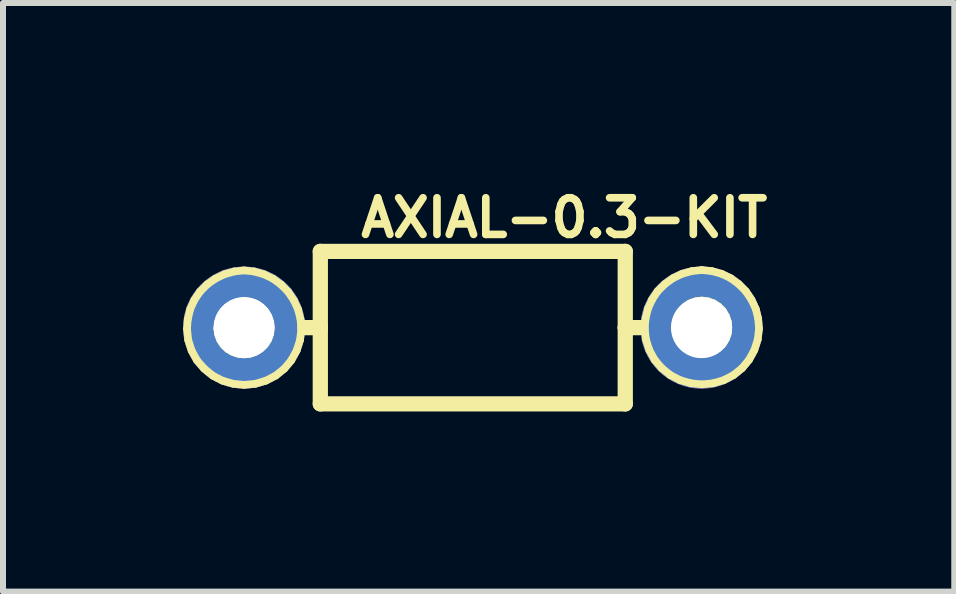
<source format=kicad_pcb>
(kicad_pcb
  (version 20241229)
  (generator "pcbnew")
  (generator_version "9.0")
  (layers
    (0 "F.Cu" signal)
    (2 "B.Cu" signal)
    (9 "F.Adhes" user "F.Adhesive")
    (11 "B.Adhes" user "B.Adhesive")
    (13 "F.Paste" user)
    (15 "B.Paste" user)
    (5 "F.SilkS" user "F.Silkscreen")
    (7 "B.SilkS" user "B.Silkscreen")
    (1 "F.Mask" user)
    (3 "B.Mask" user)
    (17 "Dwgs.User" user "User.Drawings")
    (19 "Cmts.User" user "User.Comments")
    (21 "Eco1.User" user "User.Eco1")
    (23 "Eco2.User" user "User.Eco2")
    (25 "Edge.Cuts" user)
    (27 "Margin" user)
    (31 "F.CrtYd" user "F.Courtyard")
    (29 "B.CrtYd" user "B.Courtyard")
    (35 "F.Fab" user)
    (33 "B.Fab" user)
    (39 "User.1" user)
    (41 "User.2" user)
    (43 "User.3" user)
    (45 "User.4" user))
  (footprint "AXIAL-0.3-KIT"
    (layer "F.Cu")
    (at 4.826 2.408)
    (property "Reference" "AXIAL-0.3-KIT" (at 1.524 -1.829 0) (layer "F.SilkS") (effects (font (size 0.61 0.61) (thickness 0.127))))
    (attr exclude_from_pos_files exclude_from_bom)
    (fp_line (start -4.76 0.02) (end -4.747 -0.142) (stroke (width 0.127) (type solid)) (layer "F.SilkS"))
    (fp_line (start -4.747 -0.142) (end -4.707 -0.307) (stroke (width 0.127) (type solid)) (layer "F.SilkS"))
    (fp_line (start -4.74 0.206) (end -4.76 0.02) (stroke (width 0.127) (type solid)) (layer "F.SilkS"))
    (fp_line (start -4.707 -0.307) (end -4.638 -0.46) (stroke (width 0.127) (type solid)) (layer "F.SilkS"))
    (fp_line (start -4.684 0.381) (end -4.74 0.206) (stroke (width 0.127) (type solid)) (layer "F.SilkS"))
    (fp_line (start -4.638 -0.46) (end -4.544 -0.599) (stroke (width 0.127) (type solid)) (layer "F.SilkS"))
    (fp_line (start -4.595 0.544) (end -4.684 0.381) (stroke (width 0.127) (type solid)) (layer "F.SilkS"))
    (fp_line (start -4.544 -0.599) (end -4.425 -0.719) (stroke (width 0.127) (type solid)) (layer "F.SilkS"))
    (fp_line (start -4.475 0.683) (end -4.595 0.544) (stroke (width 0.127) (type solid)) (layer "F.SilkS"))
    (fp_line (start -4.425 -0.719) (end -4.29 -0.815) (stroke (width 0.127) (type solid)) (layer "F.SilkS"))
    (fp_line (start -4.331 0.8) (end -4.475 0.683) (stroke (width 0.127) (type solid)) (layer "F.SilkS"))
    (fp_line (start -4.29 -0.815) (end -4.138 -0.889) (stroke (width 0.127) (type solid)) (layer "F.SilkS"))
    (fp_line (start -4.255 0.018) (end -4.244 -0.081) (stroke (width 0.127) (type solid)) (layer "F.SilkS"))
    (fp_line (start -4.244 -0.081) (end -4.214 -0.178) (stroke (width 0.127) (type solid)) (layer "F.SilkS"))
    (fp_line (start -4.239 0.114) (end -4.255 0.018) (stroke (width 0.127) (type solid)) (layer "F.SilkS"))
    (fp_line (start -4.214 -0.178) (end -4.161 -0.264) (stroke (width 0.127) (type solid)) (layer "F.SilkS"))
    (fp_line (start -4.206 0.206) (end -4.239 0.114) (stroke (width 0.127) (type solid)) (layer "F.SilkS"))
    (fp_line (start -4.168 0.884) (end -4.331 0.8) (stroke (width 0.127) (type solid)) (layer "F.SilkS"))
    (fp_line (start -4.161 -0.264) (end -4.089 -0.34) (stroke (width 0.127) (type solid)) (layer "F.SilkS"))
    (fp_line (start -4.153 0.287) (end -4.206 0.206) (stroke (width 0.127) (type solid)) (layer "F.SilkS"))
    (fp_line (start -4.138 -0.889) (end -3.975 -0.935) (stroke (width 0.127) (type solid)) (layer "F.SilkS"))
    (fp_line (start -4.089 -0.34) (end -4.006 -0.396) (stroke (width 0.127) (type solid)) (layer "F.SilkS"))
    (fp_line (start -4.082 0.356) (end -4.153 0.287) (stroke (width 0.127) (type solid)) (layer "F.SilkS"))
    (fp_line (start -4.006 -0.396) (end -3.909 -0.432) (stroke (width 0.127) (type solid)) (layer "F.SilkS"))
    (fp_line (start -3.998 0.404) (end -4.082 0.356) (stroke (width 0.127) (type solid)) (layer "F.SilkS"))
    (fp_line (start -3.99 0.935) (end -4.168 0.884) (stroke (width 0.127) (type solid)) (layer "F.SilkS"))
    (fp_line (start -3.975 -0.935) (end -3.81 -0.953) (stroke (width 0.127) (type solid)) (layer "F.SilkS"))
    (fp_line (start -3.909 -0.432) (end -3.81 -0.445) (stroke (width 0.127) (type solid)) (layer "F.SilkS"))
    (fp_line (start -3.907 0.434) (end -3.998 0.404) (stroke (width 0.127) (type solid)) (layer "F.SilkS"))
    (fp_line (start -3.81 -0.953) (end -3.642 -0.935) (stroke (width 0.127) (type solid)) (layer "F.SilkS"))
    (fp_line (start -3.81 -0.445) (end -3.708 -0.432) (stroke (width 0.127) (type solid)) (layer "F.SilkS"))
    (fp_line (start -3.81 0.445) (end -3.907 0.434) (stroke (width 0.127) (type solid)) (layer "F.SilkS"))
    (fp_line (start -3.807 0.953) (end -3.99 0.935) (stroke (width 0.127) (type solid)) (layer "F.SilkS"))
    (fp_line (start -3.711 0.434) (end -3.81 0.445) (stroke (width 0.127) (type solid)) (layer "F.SilkS"))
    (fp_line (start -3.708 -0.432) (end -3.614 -0.399) (stroke (width 0.127) (type solid)) (layer "F.SilkS"))
    (fp_line (start -3.642 -0.935) (end -3.48 -0.889) (stroke (width 0.127) (type solid)) (layer "F.SilkS"))
    (fp_line (start -3.622 0.935) (end -3.807 0.953) (stroke (width 0.127) (type solid)) (layer "F.SilkS"))
    (fp_line (start -3.619 0.401) (end -3.711 0.434) (stroke (width 0.127) (type solid)) (layer "F.SilkS"))
    (fp_line (start -3.614 -0.399) (end -3.531 -0.343) (stroke (width 0.127) (type solid)) (layer "F.SilkS"))
    (fp_line (start -3.536 0.351) (end -3.619 0.401) (stroke (width 0.127) (type solid)) (layer "F.SilkS"))
    (fp_line (start -3.531 -0.343) (end -3.459 -0.272) (stroke (width 0.127) (type solid)) (layer "F.SilkS"))
    (fp_line (start -3.48 -0.889) (end -3.327 -0.815) (stroke (width 0.127) (type solid)) (layer "F.SilkS"))
    (fp_line (start -3.465 0.282) (end -3.536 0.351) (stroke (width 0.127) (type solid)) (layer "F.SilkS"))
    (fp_line (start -3.459 -0.272) (end -3.409 -0.185) (stroke (width 0.127) (type solid)) (layer "F.SilkS"))
    (fp_line (start -3.447 0.884) (end -3.622 0.935) (stroke (width 0.127) (type solid)) (layer "F.SilkS"))
    (fp_line (start -3.411 0.198) (end -3.465 0.282) (stroke (width 0.127) (type solid)) (layer "F.SilkS"))
    (fp_line (start -3.409 -0.185) (end -3.376 -0.089) (stroke (width 0.127) (type solid)) (layer "F.SilkS"))
    (fp_line (start -3.378 0.107) (end -3.411 0.198) (stroke (width 0.127) (type solid)) (layer "F.SilkS"))
    (fp_line (start -3.376 -0.089) (end -3.368 0.008) (stroke (width 0.127) (type solid)) (layer "F.SilkS"))
    (fp_line (start -3.368 0.008) (end -3.378 0.107) (stroke (width 0.127) (type solid)) (layer "F.SilkS"))
    (fp_line (start -3.327 -0.815) (end -3.193 -0.716) (stroke (width 0.127) (type solid)) (layer "F.SilkS"))
    (fp_line (start -3.284 0.8) (end -3.447 0.884) (stroke (width 0.127) (type solid)) (layer "F.SilkS"))
    (fp_line (start -3.193 -0.716) (end -3.076 -0.597) (stroke (width 0.127) (type solid)) (layer "F.SilkS"))
    (fp_line (start -3.139 0.683) (end -3.284 0.8) (stroke (width 0.127) (type solid)) (layer "F.SilkS"))
    (fp_line (start -3.076 -0.597) (end -2.982 -0.457) (stroke (width 0.127) (type solid)) (layer "F.SilkS"))
    (fp_line (start -3.023 0.544) (end -3.139 0.683) (stroke (width 0.127) (type solid)) (layer "F.SilkS"))
    (fp_line (start -2.982 -0.457) (end -2.911 -0.305) (stroke (width 0.127) (type solid)) (layer "F.SilkS"))
    (fp_line (start -2.934 0.381) (end -3.023 0.544) (stroke (width 0.127) (type solid)) (layer "F.SilkS"))
    (fp_line (start -2.911 -0.305) (end -2.87 -0.14) (stroke (width 0.127) (type solid)) (layer "F.SilkS"))
    (fp_line (start -2.878 0.206) (end -2.934 0.381) (stroke (width 0.127) (type solid)) (layer "F.SilkS"))
    (fp_line (start -2.87 -0.14) (end -2.857 0.025) (stroke (width 0.127) (type solid)) (layer "F.SilkS"))
    (fp_line (start -2.857 0.025) (end -2.878 0.206) (stroke (width 0.127) (type solid)) (layer "F.SilkS"))
    (fp_line (start -2.54 -1.27) (end 2.54 -1.27) (stroke (width 0.254) (type solid)) (layer "F.SilkS"))
    (fp_line (start -2.54 0) (end -2.794 0) (stroke (width 0.254) (type solid)) (layer "F.SilkS"))
    (fp_line (start -2.54 0) (end -2.54 -1.27) (stroke (width 0.254) (type solid)) (layer "F.SilkS"))
    (fp_line (start -2.54 1.27) (end -2.54 0) (stroke (width 0.254) (type solid)) (layer "F.SilkS"))
    (fp_line (start 2.54 -1.27) (end 2.54 0) (stroke (width 0.254) (type solid)) (layer "F.SilkS"))
    (fp_line (start 2.54 0) (end 2.54 1.27) (stroke (width 0.254) (type solid)) (layer "F.SilkS"))
    (fp_line (start 2.54 0) (end 2.794 0) (stroke (width 0.254) (type solid)) (layer "F.SilkS"))
    (fp_line (start 2.54 1.27) (end -2.54 1.27) (stroke (width 0.254) (type solid)) (layer "F.SilkS"))
    (fp_line (start 2.865 0.013) (end 2.878 -0.15) (stroke (width 0.127) (type solid)) (layer "F.SilkS"))
    (fp_line (start 2.878 -0.15) (end 2.918 -0.315) (stroke (width 0.127) (type solid)) (layer "F.SilkS"))
    (fp_line (start 2.885 0.198) (end 2.865 0.013) (stroke (width 0.127) (type solid)) (layer "F.SilkS"))
    (fp_line (start 2.918 -0.315) (end 2.987 -0.467) (stroke (width 0.127) (type solid)) (layer "F.SilkS"))
    (fp_line (start 2.941 0.373) (end 2.885 0.198) (stroke (width 0.127) (type solid)) (layer "F.SilkS"))
    (fp_line (start 2.987 -0.467) (end 3.081 -0.607) (stroke (width 0.127) (type solid)) (layer "F.SilkS"))
    (fp_line (start 3.03 0.536) (end 2.941 0.373) (stroke (width 0.127) (type solid)) (layer "F.SilkS"))
    (fp_line (start 3.081 -0.607) (end 3.2 -0.726) (stroke (width 0.127) (type solid)) (layer "F.SilkS"))
    (fp_line (start 3.15 0.676) (end 3.03 0.536) (stroke (width 0.127) (type solid)) (layer "F.SilkS"))
    (fp_line (start 3.2 -0.726) (end 3.335 -0.823) (stroke (width 0.127) (type solid)) (layer "F.SilkS"))
    (fp_line (start 3.294 0.792) (end 3.15 0.676) (stroke (width 0.127) (type solid)) (layer "F.SilkS"))
    (fp_line (start 3.335 -0.823) (end 3.487 -0.897) (stroke (width 0.127) (type solid)) (layer "F.SilkS"))
    (fp_line (start 3.371 0.013) (end 3.381 -0.089) (stroke (width 0.127) (type solid)) (layer "F.SilkS"))
    (fp_line (start 3.381 -0.089) (end 3.411 -0.185) (stroke (width 0.127) (type solid)) (layer "F.SilkS"))
    (fp_line (start 3.386 0.107) (end 3.371 0.013) (stroke (width 0.127) (type solid)) (layer "F.SilkS"))
    (fp_line (start 3.411 -0.185) (end 3.465 -0.272) (stroke (width 0.127) (type solid)) (layer "F.SilkS"))
    (fp_line (start 3.419 0.198) (end 3.386 0.107) (stroke (width 0.127) (type solid)) (layer "F.SilkS"))
    (fp_line (start 3.457 0.876) (end 3.294 0.792) (stroke (width 0.127) (type solid)) (layer "F.SilkS"))
    (fp_line (start 3.465 -0.272) (end 3.536 -0.348) (stroke (width 0.127) (type solid)) (layer "F.SilkS"))
    (fp_line (start 3.472 0.279) (end 3.419 0.198) (stroke (width 0.127) (type solid)) (layer "F.SilkS"))
    (fp_line (start 3.487 -0.897) (end 3.65 -0.942) (stroke (width 0.127) (type solid)) (layer "F.SilkS"))
    (fp_line (start 3.536 -0.348) (end 3.619 -0.404) (stroke (width 0.127) (type solid)) (layer "F.SilkS"))
    (fp_line (start 3.543 0.348) (end 3.472 0.279) (stroke (width 0.127) (type solid)) (layer "F.SilkS"))
    (fp_line (start 3.619 -0.404) (end 3.716 -0.439) (stroke (width 0.127) (type solid)) (layer "F.SilkS"))
    (fp_line (start 3.627 0.396) (end 3.543 0.348) (stroke (width 0.127) (type solid)) (layer "F.SilkS"))
    (fp_line (start 3.635 0.927) (end 3.457 0.876) (stroke (width 0.127) (type solid)) (layer "F.SilkS"))
    (fp_line (start 3.65 -0.942) (end 3.815 -0.96) (stroke (width 0.127) (type solid)) (layer "F.SilkS"))
    (fp_line (start 3.716 -0.439) (end 3.815 -0.452) (stroke (width 0.127) (type solid)) (layer "F.SilkS"))
    (fp_line (start 3.719 0.427) (end 3.627 0.396) (stroke (width 0.127) (type solid)) (layer "F.SilkS"))
    (fp_line (start 3.815 -0.96) (end 3.983 -0.942) (stroke (width 0.127) (type solid)) (layer "F.SilkS"))
    (fp_line (start 3.815 -0.452) (end 3.917 -0.439) (stroke (width 0.127) (type solid)) (layer "F.SilkS"))
    (fp_line (start 3.815 0.437) (end 3.719 0.427) (stroke (width 0.127) (type solid)) (layer "F.SilkS"))
    (fp_line (start 3.818 0.945) (end 3.635 0.927) (stroke (width 0.127) (type solid)) (layer "F.SilkS"))
    (fp_line (start 3.914 0.427) (end 3.815 0.437) (stroke (width 0.127) (type solid)) (layer "F.SilkS"))
    (fp_line (start 3.917 -0.439) (end 4.011 -0.406) (stroke (width 0.127) (type solid)) (layer "F.SilkS"))
    (fp_line (start 3.983 -0.942) (end 4.145 -0.897) (stroke (width 0.127) (type solid)) (layer "F.SilkS"))
    (fp_line (start 4.003 0.927) (end 3.818 0.945) (stroke (width 0.127) (type solid)) (layer "F.SilkS"))
    (fp_line (start 4.006 0.394) (end 3.914 0.427) (stroke (width 0.127) (type solid)) (layer "F.SilkS"))
    (fp_line (start 4.011 -0.406) (end 4.094 -0.351) (stroke (width 0.127) (type solid)) (layer "F.SilkS"))
    (fp_line (start 4.089 0.343) (end 4.006 0.394) (stroke (width 0.127) (type solid)) (layer "F.SilkS"))
    (fp_line (start 4.094 -0.351) (end 4.166 -0.279) (stroke (width 0.127) (type solid)) (layer "F.SilkS"))
    (fp_line (start 4.145 -0.897) (end 4.298 -0.823) (stroke (width 0.127) (type solid)) (layer "F.SilkS"))
    (fp_line (start 4.161 0.274) (end 4.089 0.343) (stroke (width 0.127) (type solid)) (layer "F.SilkS"))
    (fp_line (start 4.166 -0.279) (end 4.216 -0.193) (stroke (width 0.127) (type solid)) (layer "F.SilkS"))
    (fp_line (start 4.178 0.876) (end 4.003 0.927) (stroke (width 0.127) (type solid)) (layer "F.SilkS"))
    (fp_line (start 4.214 0.191) (end 4.161 0.274) (stroke (width 0.127) (type solid)) (layer "F.SilkS"))
    (fp_line (start 4.216 -0.193) (end 4.249 -0.097) (stroke (width 0.127) (type solid)) (layer "F.SilkS"))
    (fp_line (start 4.247 0.099) (end 4.214 0.191) (stroke (width 0.127) (type solid)) (layer "F.SilkS"))
    (fp_line (start 4.249 -0.097) (end 4.257 0) (stroke (width 0.127) (type solid)) (layer "F.SilkS"))
    (fp_line (start 4.257 0) (end 4.247 0.099) (stroke (width 0.127) (type solid)) (layer "F.SilkS"))
    (fp_line (start 4.298 -0.823) (end 4.432 -0.724) (stroke (width 0.127) (type solid)) (layer "F.SilkS"))
    (fp_line (start 4.341 0.792) (end 4.178 0.876) (stroke (width 0.127) (type solid)) (layer "F.SilkS"))
    (fp_line (start 4.432 -0.724) (end 4.549 -0.605) (stroke (width 0.127) (type solid)) (layer "F.SilkS"))
    (fp_line (start 4.486 0.676) (end 4.341 0.792) (stroke (width 0.127) (type solid)) (layer "F.SilkS"))
    (fp_line (start 4.549 -0.605) (end 4.643 -0.465) (stroke (width 0.127) (type solid)) (layer "F.SilkS"))
    (fp_line (start 4.602 0.536) (end 4.486 0.676) (stroke (width 0.127) (type solid)) (layer "F.SilkS"))
    (fp_line (start 4.643 -0.465) (end 4.714 -0.312) (stroke (width 0.127) (type solid)) (layer "F.SilkS"))
    (fp_line (start 4.691 0.373) (end 4.602 0.536) (stroke (width 0.127) (type solid)) (layer "F.SilkS"))
    (fp_line (start 4.714 -0.312) (end 4.755 -0.147) (stroke (width 0.127) (type solid)) (layer "F.SilkS"))
    (fp_line (start 4.747 0.198) (end 4.691 0.373) (stroke (width 0.127) (type solid)) (layer "F.SilkS"))
    (fp_line (start 4.755 -0.147) (end 4.768 0.018) (stroke (width 0.127) (type solid)) (layer "F.SilkS"))
    (fp_line (start 4.768 0.018) (end 4.747 0.198) (stroke (width 0.127) (type solid)) (layer "F.SilkS"))
    (pad "P$1" thru_hole circle (at -3.81 0) (size 2.032 2.032) (drill 1.016) (layers "*.Cu" "*.Paste" "*.Mask"))
    (pad "P$2" thru_hole circle (at 3.81 0) (size 2.032 2.032) (drill 1.016) (layers "*.Cu" "*.Paste" "*.Mask")))
  (gr_rect
    (start -3 -3)
    (end 12.847 6.805)
    (stroke (width 0.1) (type default))
    (fill no)
    (layer "Edge.Cuts")))
</source>
